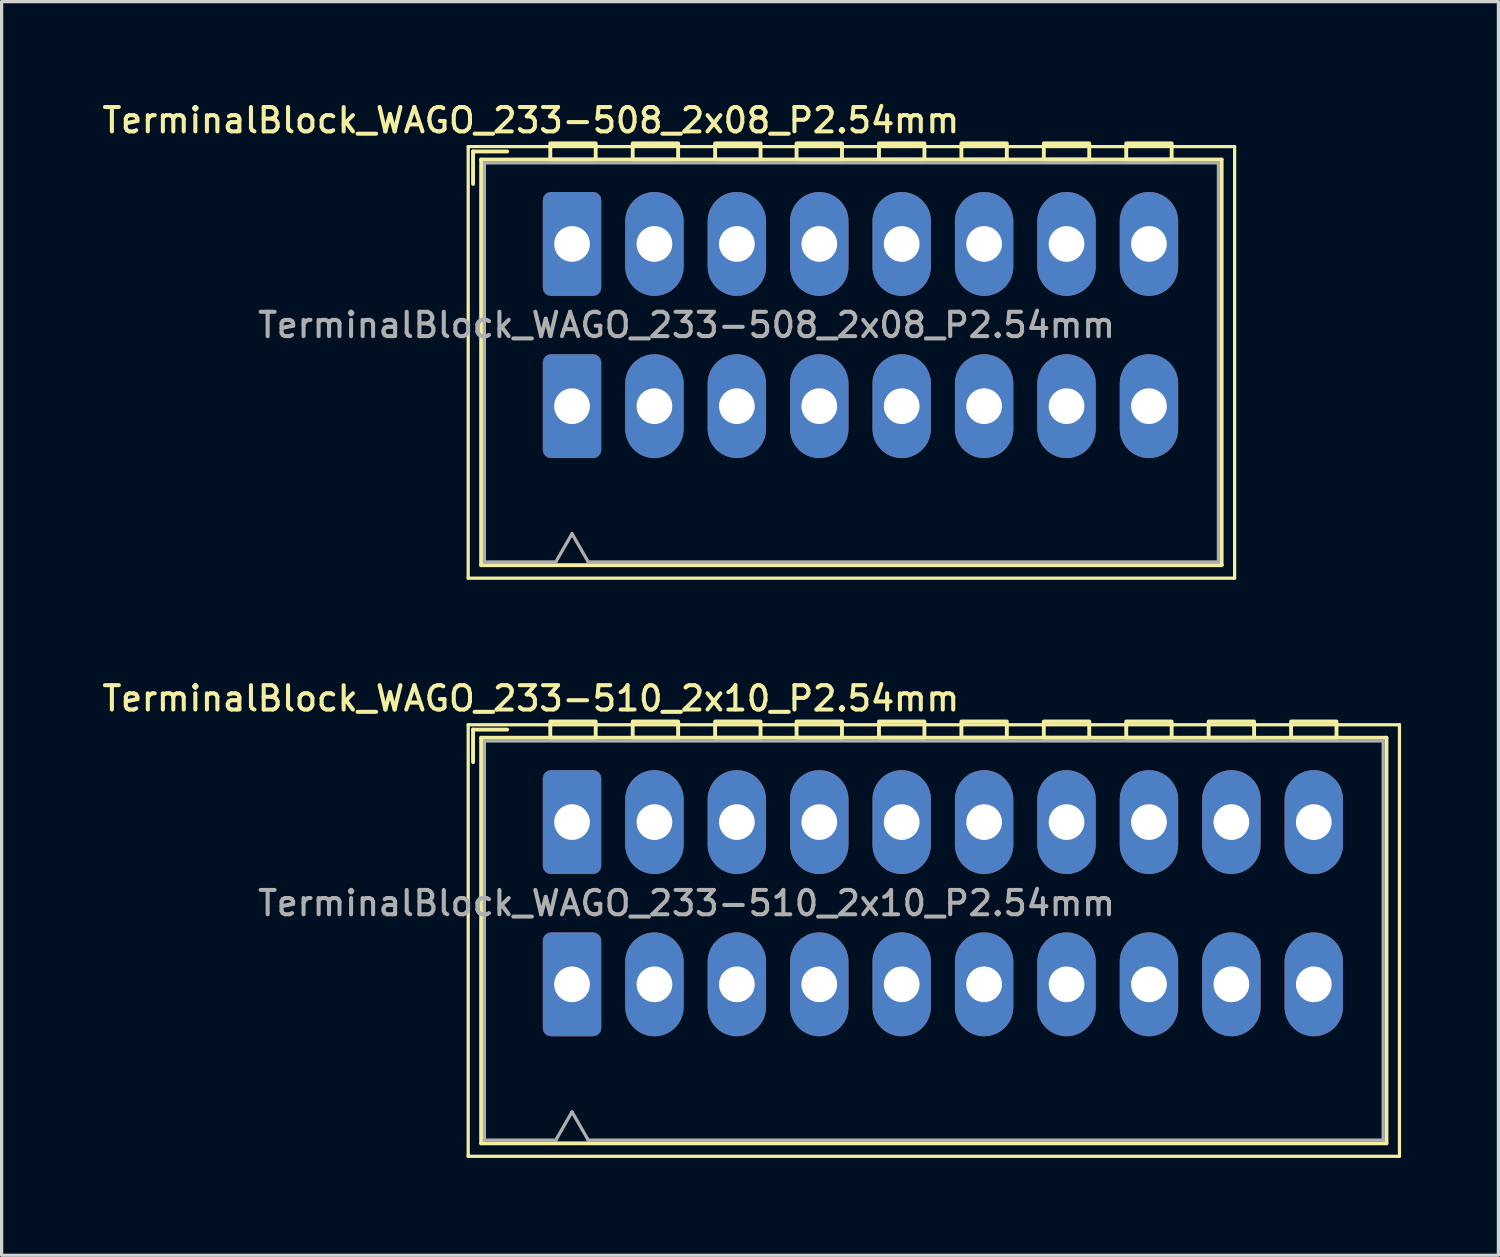
<source format=kicad_pcb>
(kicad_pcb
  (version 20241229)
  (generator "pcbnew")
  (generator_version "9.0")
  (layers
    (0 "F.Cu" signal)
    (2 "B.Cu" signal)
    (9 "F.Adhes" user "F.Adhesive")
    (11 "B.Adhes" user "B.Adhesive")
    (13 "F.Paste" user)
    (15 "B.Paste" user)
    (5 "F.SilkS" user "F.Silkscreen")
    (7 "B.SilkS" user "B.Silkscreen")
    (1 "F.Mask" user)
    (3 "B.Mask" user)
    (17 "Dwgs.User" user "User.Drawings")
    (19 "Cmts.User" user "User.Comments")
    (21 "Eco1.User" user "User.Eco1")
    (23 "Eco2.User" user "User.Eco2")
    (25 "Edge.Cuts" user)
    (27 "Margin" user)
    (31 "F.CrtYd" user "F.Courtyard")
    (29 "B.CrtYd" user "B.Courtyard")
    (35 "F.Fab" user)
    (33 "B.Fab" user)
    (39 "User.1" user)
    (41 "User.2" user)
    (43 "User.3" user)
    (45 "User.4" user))
  (footprint "TerminalBlock_WAGO_233-508_2x08_P2.54mm"
    (layer "F.Cu")
    (at 14.579 4.468)
    (property "Reference" "TerminalBlock_WAGO_233-508_2x08_P2.54mm" (at -1.27 -3.81 0) (layer "F.SilkS") (effects (font (size 0.75 0.75) (thickness 0.125))))
    (attr through_hole)
    (fp_line (start -3.2 -3) (end 20.42 -3) (stroke (width 0.1) (type solid)) (layer "F.SilkS"))
    (fp_line (start -3.2 10.3) (end -3.2 -3) (stroke (width 0.1) (type solid)) (layer "F.SilkS"))
    (fp_line (start -3.05 -2.85) (end -3.05 -1.85) (stroke (width 0.12) (type default)) (layer "F.SilkS"))
    (fp_line (start -3.05 -2.85) (end -2 -2.85) (stroke (width 0.12) (type default)) (layer "F.SilkS"))
    (fp_line (start -2.8 -2.6) (end 20.02 -2.6) (stroke (width 0.12) (type solid)) (layer "F.SilkS"))
    (fp_line (start -2.8 9.9) (end -2.8 -2.6) (stroke (width 0.12) (type solid)) (layer "F.SilkS"))
    (fp_line (start 20.02 -2.6) (end 20.02 9.9) (stroke (width 0.12) (type solid)) (layer "F.SilkS"))
    (fp_line (start 20.02 9.9) (end -2.8 9.9) (stroke (width 0.12) (type solid)) (layer "F.SilkS"))
    (fp_line (start 20.42 -3) (end 20.42 10.3) (stroke (width 0.1) (type solid)) (layer "F.SilkS"))
    (fp_line (start 20.42 10.3) (end -3.2 10.3) (stroke (width 0.1) (type solid)) (layer "F.SilkS"))
    (fp_rect (start -0.67 -3.1) (end 0.73 -2.6) (stroke (width 0.12) (type default)) (fill no) (layer "F.SilkS"))
    (fp_rect (start 1.87 -3.1) (end 3.27 -2.6) (stroke (width 0.12) (type default)) (fill no) (layer "F.SilkS"))
    (fp_rect (start 4.41 -3.1) (end 5.81 -2.6) (stroke (width 0.12) (type default)) (fill no) (layer "F.SilkS"))
    (fp_rect (start 6.92 -3.1) (end 8.32 -2.6) (stroke (width 0.12) (type default)) (fill no) (layer "F.SilkS"))
    (fp_rect (start 9.46 -3.101) (end 10.86 -2.601) (stroke (width 0.12) (type default)) (fill no) (layer "F.SilkS"))
    (fp_rect (start 12 -3.101) (end 13.4 -2.601) (stroke (width 0.12) (type default)) (fill no) (layer "F.SilkS"))
    (fp_rect (start 14.54 -3.1) (end 15.94 -2.6) (stroke (width 0.12) (type default)) (fill no) (layer "F.SilkS"))
    (fp_rect (start 17.08 -3.1) (end 18.48 -2.6) (stroke (width 0.12) (type default)) (fill no) (layer "F.SilkS"))
    (fp_line (start -2.7 -2.5) (end 19.92 -2.5) (stroke (width 0.1) (type default)) (layer "F.Fab"))
    (fp_line (start -2.7 9.8) (end -2.7 -2.5) (stroke (width 0.1) (type default)) (layer "F.Fab"))
    (fp_line (start -2.7 9.8) (end -0.5 9.8) (stroke (width 0.1) (type default)) (layer "F.Fab"))
    (fp_line (start 0 8.93) (end -0.5 9.8) (stroke (width 0.1) (type default)) (layer "F.Fab"))
    (fp_line (start 0.5 9.8) (end 0 8.93) (stroke (width 0.1) (type default)) (layer "F.Fab"))
    (fp_line (start 0.5 9.8) (end 19.92 9.8) (stroke (width 0.1) (type default)) (layer "F.Fab"))
    (fp_line (start 19.92 -2.5) (end 19.92 9.8) (stroke (width 0.1) (type default)) (layer "F.Fab"))
    (fp_text user "${REFERENCE}" (at 3.53 2.5 0) (layer "F.Fab") (effects (font (size 0.75 0.75) (thickness 0.125))))
    (pad "1" thru_hole roundrect (at 0 0) (size 1.8 3.2) (drill 1.1) (layers "*.Cu" "*.Mask") (roundrect_rratio 0.139))
    (pad "1" thru_hole roundrect (at 0 5) (size 1.8 3.2) (drill 1.1) (layers "*.Cu" "*.Mask") (roundrect_rratio 0.139))
    (pad "2" thru_hole oval (at 2.54 0) (size 1.8 3.2) (drill 1.1) (layers "*.Cu" "*.Mask"))
    (pad "2" thru_hole oval (at 2.54 5) (size 1.8 3.2) (drill 1.1) (layers "*.Cu" "*.Mask"))
    (pad "3" thru_hole oval (at 5.08 0) (size 1.8 3.2) (drill 1.1) (layers "*.Cu" "*.Mask"))
    (pad "3" thru_hole oval (at 5.08 5) (size 1.8 3.2) (drill 1.1) (layers "*.Cu" "*.Mask"))
    (pad "4" thru_hole oval (at 7.62 0) (size 1.8 3.2) (drill 1.1) (layers "*.Cu" "*.Mask"))
    (pad "4" thru_hole oval (at 7.62 5) (size 1.8 3.2) (drill 1.1) (layers "*.Cu" "*.Mask"))
    (pad "5" thru_hole oval (at 10.16 0) (size 1.8 3.2) (drill 1.1) (layers "*.Cu" "*.Mask"))
    (pad "5" thru_hole oval (at 10.16 5) (size 1.8 3.2) (drill 1.1) (layers "*.Cu" "*.Mask"))
    (pad "6" thru_hole oval (at 12.7 0) (size 1.8 3.2) (drill 1.1) (layers "*.Cu" "*.Mask"))
    (pad "6" thru_hole oval (at 12.7 5) (size 1.8 3.2) (drill 1.1) (layers "*.Cu" "*.Mask"))
    (pad "7" thru_hole oval (at 15.24 0) (size 1.8 3.2) (drill 1.1) (layers "*.Cu" "*.Mask"))
    (pad "7" thru_hole oval (at 15.24 5) (size 1.8 3.2) (drill 1.1) (layers "*.Cu" "*.Mask"))
    (pad "8" thru_hole oval (at 17.78 0) (size 1.8 3.2) (drill 1.1) (layers "*.Cu" "*.Mask"))
    (pad "8" thru_hole oval (at 17.78 5) (size 1.8 3.2) (drill 1.1) (layers "*.Cu" "*.Mask")))
  (footprint "TerminalBlock_WAGO_233-510_2x10_P2.54mm"
    (layer "F.Cu")
    (at 14.579 22.286)
    (property "Reference" "TerminalBlock_WAGO_233-510_2x10_P2.54mm" (at -1.27 -3.81 0) (layer "F.SilkS") (effects (font (size 0.75 0.75) (thickness 0.125))))
    (attr through_hole)
    (fp_line (start -3.2 -3) (end 25.5 -3) (stroke (width 0.1) (type solid)) (layer "F.SilkS"))
    (fp_line (start -3.2 10.3) (end -3.2 -3) (stroke (width 0.1) (type solid)) (layer "F.SilkS"))
    (fp_line (start -3.05 -2.85) (end -3.05 -1.85) (stroke (width 0.12) (type default)) (layer "F.SilkS"))
    (fp_line (start -3.05 -2.85) (end -2 -2.85) (stroke (width 0.12) (type default)) (layer "F.SilkS"))
    (fp_line (start -2.8 -2.6) (end 25.1 -2.6) (stroke (width 0.12) (type solid)) (layer "F.SilkS"))
    (fp_line (start -2.8 9.9) (end -2.8 -2.6) (stroke (width 0.12) (type solid)) (layer "F.SilkS"))
    (fp_line (start 25.1 -2.6) (end 25.1 9.9) (stroke (width 0.12) (type solid)) (layer "F.SilkS"))
    (fp_line (start 25.1 9.9) (end -2.8 9.9) (stroke (width 0.12) (type solid)) (layer "F.SilkS"))
    (fp_line (start 25.5 -3) (end 25.5 10.3) (stroke (width 0.1) (type solid)) (layer "F.SilkS"))
    (fp_line (start 25.5 10.3) (end -3.2 10.3) (stroke (width 0.1) (type solid)) (layer "F.SilkS"))
    (fp_rect (start -0.67 -3.1) (end 0.73 -2.6) (stroke (width 0.12) (type default)) (fill no) (layer "F.SilkS"))
    (fp_rect (start 1.87 -3.1) (end 3.27 -2.6) (stroke (width 0.12) (type default)) (fill no) (layer "F.SilkS"))
    (fp_rect (start 4.41 -3.1) (end 5.81 -2.6) (stroke (width 0.12) (type default)) (fill no) (layer "F.SilkS"))
    (fp_rect (start 6.92 -3.1) (end 8.32 -2.6) (stroke (width 0.12) (type default)) (fill no) (layer "F.SilkS"))
    (fp_rect (start 9.46 -3.101) (end 10.86 -2.601) (stroke (width 0.12) (type default)) (fill no) (layer "F.SilkS"))
    (fp_rect (start 12 -3.101) (end 13.4 -2.601) (stroke (width 0.12) (type default)) (fill no) (layer "F.SilkS"))
    (fp_rect (start 14.54 -3.1) (end 15.94 -2.6) (stroke (width 0.12) (type default)) (fill no) (layer "F.SilkS"))
    (fp_rect (start 17.08 -3.1) (end 18.48 -2.6) (stroke (width 0.12) (type default)) (fill no) (layer "F.SilkS"))
    (fp_rect (start 19.62 -3.1) (end 21.02 -2.6) (stroke (width 0.12) (type default)) (fill no) (layer "F.SilkS"))
    (fp_rect (start 22.16 -3.1) (end 23.56 -2.6) (stroke (width 0.12) (type default)) (fill no) (layer "F.SilkS"))
    (fp_line (start -2.7 -2.5) (end 25 -2.5) (stroke (width 0.1) (type default)) (layer "F.Fab"))
    (fp_line (start -2.7 9.8) (end -2.7 -2.5) (stroke (width 0.1) (type default)) (layer "F.Fab"))
    (fp_line (start -2.7 9.8) (end -0.5 9.8) (stroke (width 0.1) (type default)) (layer "F.Fab"))
    (fp_line (start 0 8.93) (end -0.5 9.8) (stroke (width 0.1) (type default)) (layer "F.Fab"))
    (fp_line (start 0.5 9.8) (end 0 8.93) (stroke (width 0.1) (type default)) (layer "F.Fab"))
    (fp_line (start 0.5 9.8) (end 25 9.8) (stroke (width 0.1) (type default)) (layer "F.Fab"))
    (fp_line (start 25 -2.5) (end 25 9.8) (stroke (width 0.1) (type default)) (layer "F.Fab"))
    (fp_text user "${REFERENCE}" (at 3.53 2.5 0) (layer "F.Fab") (effects (font (size 0.75 0.75) (thickness 0.125))))
    (pad "1" thru_hole roundrect (at 0 0) (size 1.8 3.2) (drill 1.1) (layers "*.Cu" "*.Mask") (roundrect_rratio 0.139))
    (pad "1" thru_hole roundrect (at 0 5) (size 1.8 3.2) (drill 1.1) (layers "*.Cu" "*.Mask") (roundrect_rratio 0.139))
    (pad "2" thru_hole oval (at 2.54 0) (size 1.8 3.2) (drill 1.1) (layers "*.Cu" "*.Mask"))
    (pad "2" thru_hole oval (at 2.54 5) (size 1.8 3.2) (drill 1.1) (layers "*.Cu" "*.Mask"))
    (pad "3" thru_hole oval (at 5.08 0) (size 1.8 3.2) (drill 1.1) (layers "*.Cu" "*.Mask"))
    (pad "3" thru_hole oval (at 5.08 5) (size 1.8 3.2) (drill 1.1) (layers "*.Cu" "*.Mask"))
    (pad "4" thru_hole oval (at 7.62 0) (size 1.8 3.2) (drill 1.1) (layers "*.Cu" "*.Mask"))
    (pad "4" thru_hole oval (at 7.62 5) (size 1.8 3.2) (drill 1.1) (layers "*.Cu" "*.Mask"))
    (pad "5" thru_hole oval (at 10.16 0) (size 1.8 3.2) (drill 1.1) (layers "*.Cu" "*.Mask"))
    (pad "5" thru_hole oval (at 10.16 5) (size 1.8 3.2) (drill 1.1) (layers "*.Cu" "*.Mask"))
    (pad "6" thru_hole oval (at 12.7 0) (size 1.8 3.2) (drill 1.1) (layers "*.Cu" "*.Mask"))
    (pad "6" thru_hole oval (at 12.7 5) (size 1.8 3.2) (drill 1.1) (layers "*.Cu" "*.Mask"))
    (pad "7" thru_hole oval (at 15.24 0) (size 1.8 3.2) (drill 1.1) (layers "*.Cu" "*.Mask"))
    (pad "7" thru_hole oval (at 15.24 5) (size 1.8 3.2) (drill 1.1) (layers "*.Cu" "*.Mask"))
    (pad "8" thru_hole oval (at 17.78 0) (size 1.8 3.2) (drill 1.1) (layers "*.Cu" "*.Mask"))
    (pad "8" thru_hole oval (at 17.78 5) (size 1.8 3.2) (drill 1.1) (layers "*.Cu" "*.Mask"))
    (pad "9" thru_hole oval (at 20.32 0) (size 1.8 3.2) (drill 1.1) (layers "*.Cu" "*.Mask"))
    (pad "9" thru_hole oval (at 20.32 5) (size 1.8 3.2) (drill 1.1) (layers "*.Cu" "*.Mask"))
    (pad "10" thru_hole oval (at 22.86 0) (size 1.8 3.2) (drill 1.1) (layers "*.Cu" "*.Mask"))
    (pad "10" thru_hole oval (at 22.86 5) (size 1.8 3.2) (drill 1.1) (layers "*.Cu" "*.Mask")))
  (gr_rect
    (start -3 -3)
    (end 43.129 35.636)
    (stroke (width 0.1) (type default))
    (fill no)
    (layer "Edge.Cuts")))
</source>
